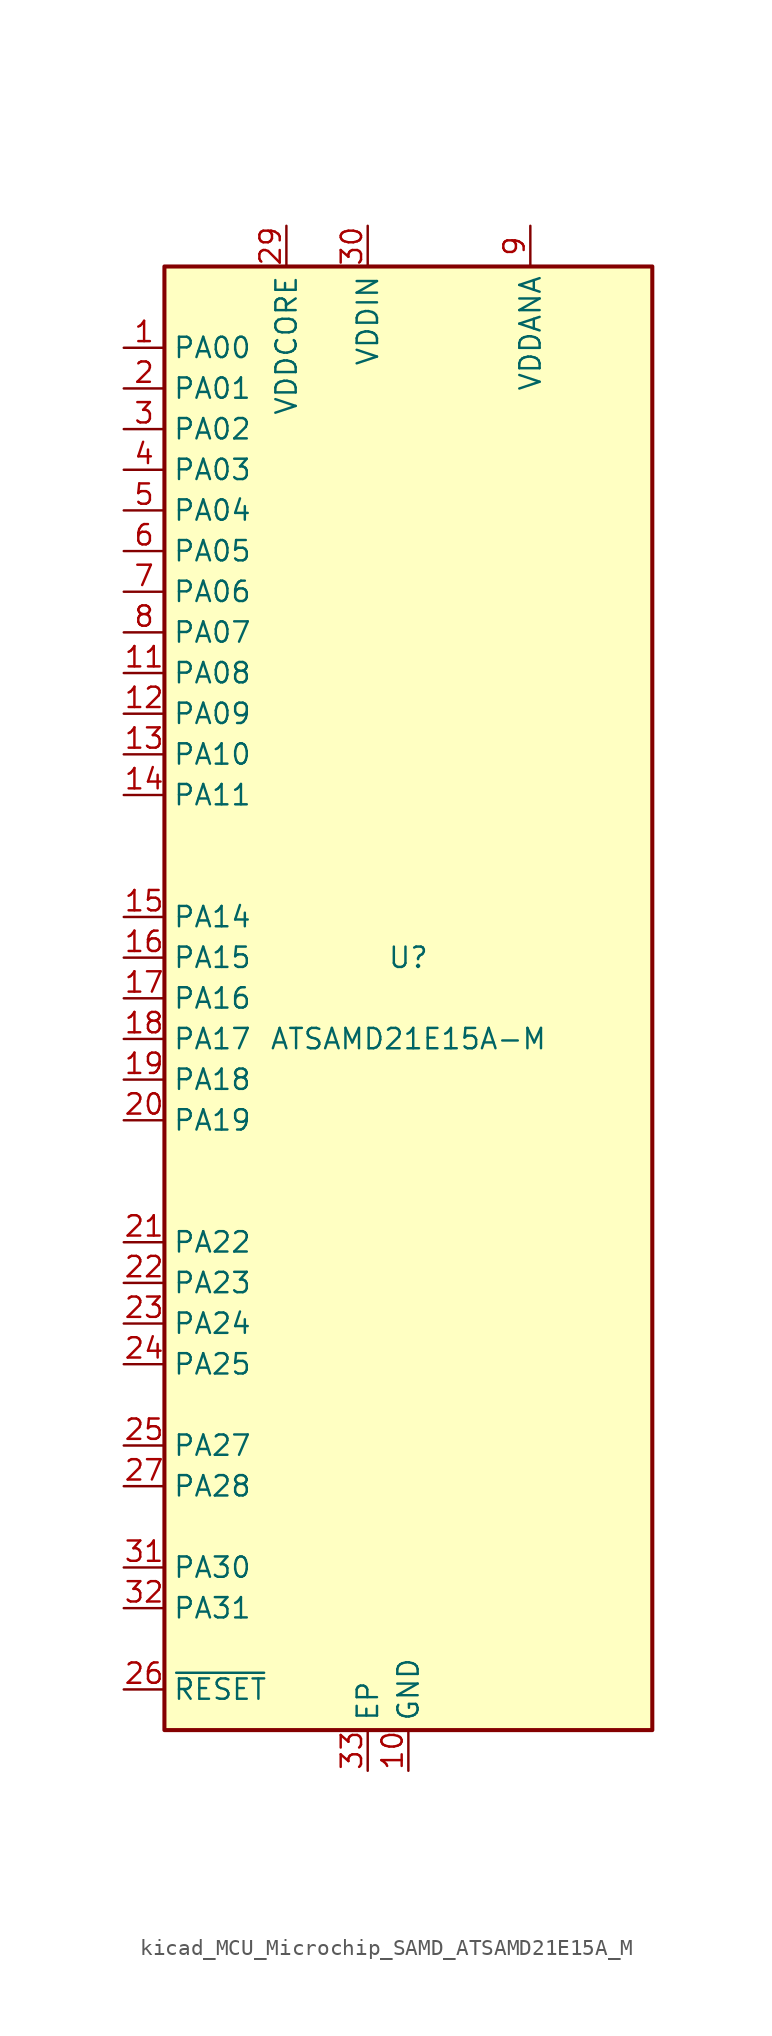
<source format=kicad_sym>
(kicad_symbol_lib
  (version 20220914)
  (generator kicad_symbol_editor)
  (symbol "kicad_MCU_Microchip_SAMD_ATSAMD21E15A_M"
    (property "Reference" "U"
      (at 0 2.54 0)
      (effects (font (size 1.27 1.27))))
    (property "Value" "ATSAMD21E15A-M"
      (at 0 -2.54 0)
      (effects (font (size 1.27 1.27))))
    (symbol "kicad_MCU_Microchip_SAMD_ATSAMD21E15A_M_1_1"
      (rectangle (start -15.24 45.72) (end 15.24 -45.72) (stroke (width 0.254) (type default)) (fill (type background)))
      (pin bidirectional line (at -17.78 40.64 0) (length 2.54) (name "PA00" (effects (font (size 1.27 1.27)))) (number "1" (effects (font (size 1.27 1.27)))))
      (pin power_in line (at 0 -48.26 90) (length 2.54) (name "GND" (effects (font (size 1.27 1.27)))) (number "10" (effects (font (size 1.27 1.27)))))
      (pin bidirectional line (at -17.78 20.32 0) (length 2.54) (name "PA08" (effects (font (size 1.27 1.27)))) (number "11" (effects (font (size 1.27 1.27)))))
      (pin bidirectional line (at -17.78 17.78 0) (length 2.54) (name "PA09" (effects (font (size 1.27 1.27)))) (number "12" (effects (font (size 1.27 1.27)))))
      (pin bidirectional line (at -17.78 15.24 0) (length 2.54) (name "PA10" (effects (font (size 1.27 1.27)))) (number "13" (effects (font (size 1.27 1.27)))))
      (pin bidirectional line (at -17.78 12.7 0) (length 2.54) (name "PA11" (effects (font (size 1.27 1.27)))) (number "14" (effects (font (size 1.27 1.27)))))
      (pin bidirectional line (at -17.78 5.08 0) (length 2.54) (name "PA14" (effects (font (size 1.27 1.27)))) (number "15" (effects (font (size 1.27 1.27)))))
      (pin bidirectional line (at -17.78 2.54 0) (length 2.54) (name "PA15" (effects (font (size 1.27 1.27)))) (number "16" (effects (font (size 1.27 1.27)))))
      (pin bidirectional line (at -17.78 0 0) (length 2.54) (name "PA16" (effects (font (size 1.27 1.27)))) (number "17" (effects (font (size 1.27 1.27)))))
      (pin bidirectional line (at -17.78 -2.54 0) (length 2.54) (name "PA17" (effects (font (size 1.27 1.27)))) (number "18" (effects (font (size 1.27 1.27)))))
      (pin bidirectional line (at -17.78 -5.08 0) (length 2.54) (name "PA18" (effects (font (size 1.27 1.27)))) (number "19" (effects (font (size 1.27 1.27)))))
      (pin bidirectional line (at -17.78 38.1 0) (length 2.54) (name "PA01" (effects (font (size 1.27 1.27)))) (number "2" (effects (font (size 1.27 1.27)))))
      (pin bidirectional line (at -17.78 -7.62 0) (length 2.54) (name "PA19" (effects (font (size 1.27 1.27)))) (number "20" (effects (font (size 1.27 1.27)))))
      (pin bidirectional line (at -17.78 -15.24 0) (length 2.54) (name "PA22" (effects (font (size 1.27 1.27)))) (number "21" (effects (font (size 1.27 1.27)))))
      (pin bidirectional line (at -17.78 -17.78 0) (length 2.54) (name "PA23" (effects (font (size 1.27 1.27)))) (number "22" (effects (font (size 1.27 1.27)))))
      (pin bidirectional line (at -17.78 -20.32 0) (length 2.54) (name "PA24" (effects (font (size 1.27 1.27)))) (number "23" (effects (font (size 1.27 1.27)))))
      (pin bidirectional line (at -17.78 -22.86 0) (length 2.54) (name "PA25" (effects (font (size 1.27 1.27)))) (number "24" (effects (font (size 1.27 1.27)))))
      (pin bidirectional line (at -17.78 -27.94 0) (length 2.54) (name "PA27" (effects (font (size 1.27 1.27)))) (number "25" (effects (font (size 1.27 1.27)))))
      (pin input line (at -17.78 -43.18 0) (length 2.54) (name "~{RESET}" (effects (font (size 1.27 1.27)))) (number "26" (effects (font (size 1.27 1.27)))))
      (pin bidirectional line (at -17.78 -30.48 0) (length 2.54) (name "PA28" (effects (font (size 1.27 1.27)))) (number "27" (effects (font (size 1.27 1.27)))))
      (pin passive line (at 0 -48.26 90) (length 2.54) hide (name "GND" (effects (font (size 1.27 1.27)))) (number "28" (effects (font (size 1.27 1.27)))))
      (pin power_out line (at -7.62 48.26 270) (length 2.54) (name "VDDCORE" (effects (font (size 1.27 1.27)))) (number "29" (effects (font (size 1.27 1.27)))))
      (pin bidirectional line (at -17.78 35.56 0) (length 2.54) (name "PA02" (effects (font (size 1.27 1.27)))) (number "3" (effects (font (size 1.27 1.27)))))
      (pin power_in line (at -2.54 48.26 270) (length 2.54) (name "VDDIN" (effects (font (size 1.27 1.27)))) (number "30" (effects (font (size 1.27 1.27)))))
      (pin bidirectional line (at -17.78 -35.56 0) (length 2.54) (name "PA30" (effects (font (size 1.27 1.27)))) (number "31" (effects (font (size 1.27 1.27)))))
      (pin bidirectional line (at -17.78 -38.1 0) (length 2.54) (name "PA31" (effects (font (size 1.27 1.27)))) (number "32" (effects (font (size 1.27 1.27)))))
      (pin passive line (at -2.54 -48.26 90) (length 2.54) (name "EP" (effects (font (size 1.27 1.27)))) (number "33" (effects (font (size 1.27 1.27)))))
      (pin bidirectional line (at -17.78 33.02 0) (length 2.54) (name "PA03" (effects (font (size 1.27 1.27)))) (number "4" (effects (font (size 1.27 1.27)))))
      (pin bidirectional line (at -17.78 30.48 0) (length 2.54) (name "PA04" (effects (font (size 1.27 1.27)))) (number "5" (effects (font (size 1.27 1.27)))))
      (pin bidirectional line (at -17.78 27.94 0) (length 2.54) (name "PA05" (effects (font (size 1.27 1.27)))) (number "6" (effects (font (size 1.27 1.27)))))
      (pin bidirectional line (at -17.78 25.4 0) (length 2.54) (name "PA06" (effects (font (size 1.27 1.27)))) (number "7" (effects (font (size 1.27 1.27)))))
      (pin bidirectional line (at -17.78 22.86 0) (length 2.54) (name "PA07" (effects (font (size 1.27 1.27)))) (number "8" (effects (font (size 1.27 1.27)))))
      (pin power_in line (at 7.62 48.26 270) (length 2.54) (name "VDDANA" (effects (font (size 1.27 1.27)))) (number "9" (effects (font (size 1.27 1.27))))))))
</source>
